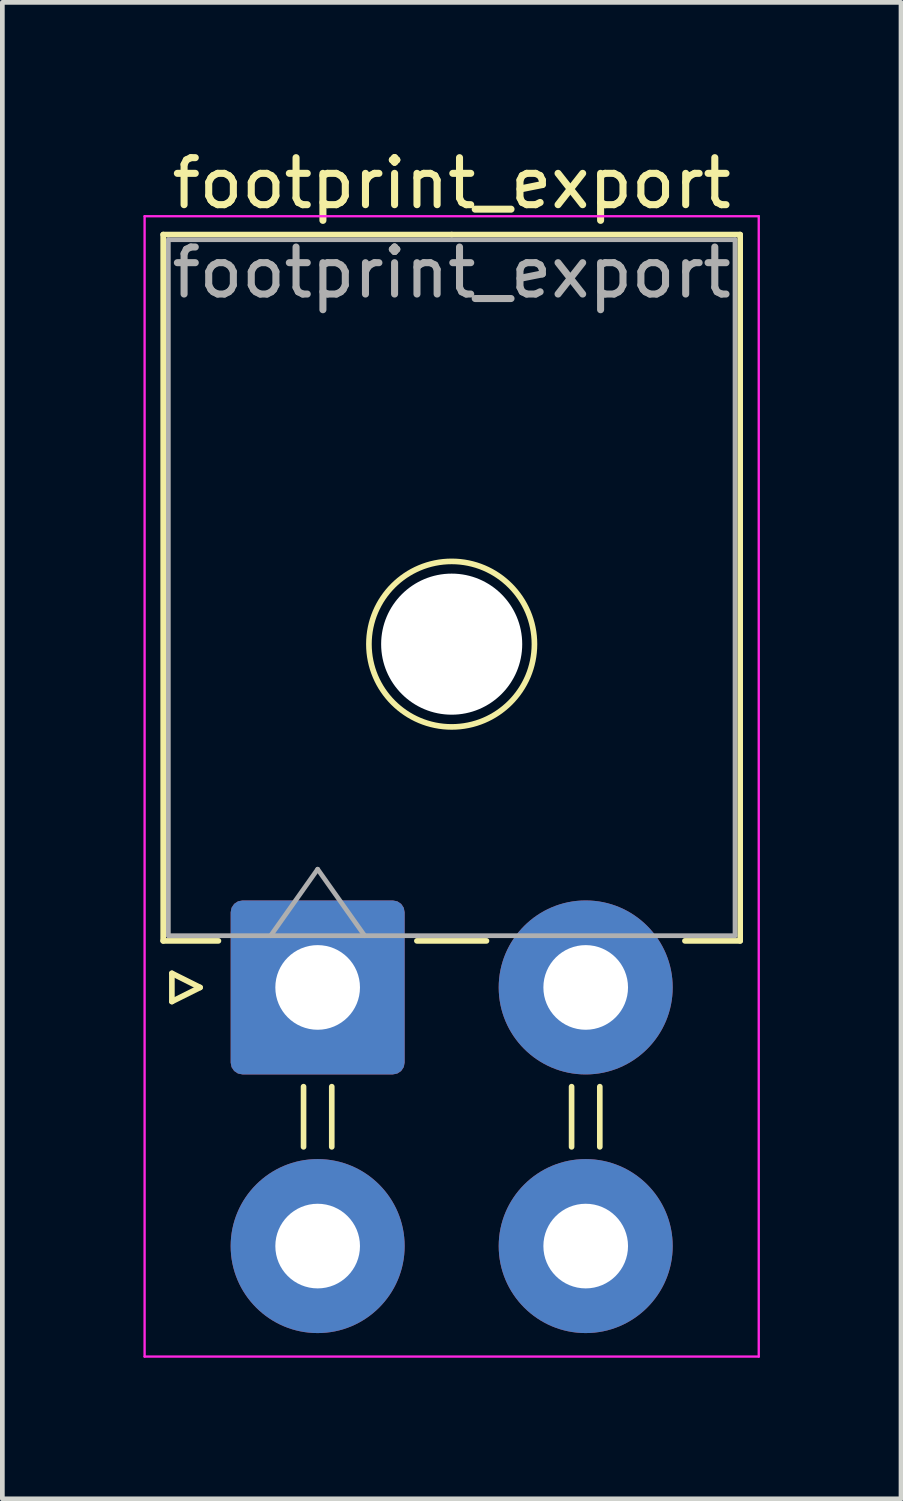
<source format=kicad_pcb>
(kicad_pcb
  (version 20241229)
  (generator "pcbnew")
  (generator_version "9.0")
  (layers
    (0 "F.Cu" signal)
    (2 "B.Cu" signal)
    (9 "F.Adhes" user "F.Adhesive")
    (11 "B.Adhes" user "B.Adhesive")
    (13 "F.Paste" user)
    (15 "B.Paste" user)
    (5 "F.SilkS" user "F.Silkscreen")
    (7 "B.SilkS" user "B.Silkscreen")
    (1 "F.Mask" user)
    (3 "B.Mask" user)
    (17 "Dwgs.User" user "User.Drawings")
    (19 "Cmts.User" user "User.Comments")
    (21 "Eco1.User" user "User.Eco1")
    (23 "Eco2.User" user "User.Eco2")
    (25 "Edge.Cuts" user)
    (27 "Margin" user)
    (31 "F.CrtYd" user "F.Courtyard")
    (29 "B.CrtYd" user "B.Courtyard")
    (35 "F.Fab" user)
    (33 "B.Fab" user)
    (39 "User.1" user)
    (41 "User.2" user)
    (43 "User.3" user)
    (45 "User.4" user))
  (footprint "footprint_export"
    (layer "F.Cu")
    (at 3.705 17.948)
    (property "Reference" "footprint_export" (at 2.85 -17.1 0) (layer "F.SilkS") (effects (font (size 1 1) (thickness 0.15))))
    (attr through_hole)
    (fp_line (start -3.285 -16.01) (end -3.285 -0.99) (stroke (width 0.12) (type solid)) (layer "F.SilkS"))
    (fp_line (start -3.285 -0.99) (end -2.11 -0.99) (stroke (width 0.12) (type solid)) (layer "F.SilkS"))
    (fp_line (start -3.1 -0.3) (end -2.5 0) (stroke (width 0.12) (type solid)) (layer "F.SilkS"))
    (fp_line (start -3.1 0.3) (end -3.1 -0.3) (stroke (width 0.12) (type solid)) (layer "F.SilkS"))
    (fp_line (start -2.5 0) (end -3.1 0.3) (stroke (width 0.12) (type solid)) (layer "F.SilkS"))
    (fp_line (start -0.3 2.11) (end -0.3 3.39) (stroke (width 0.12) (type solid)) (layer "F.SilkS"))
    (fp_line (start 0.3 2.11) (end 0.3 3.39) (stroke (width 0.12) (type solid)) (layer "F.SilkS"))
    (fp_line (start 2.11 -0.99) (end 3.59 -0.99) (stroke (width 0.12) (type solid)) (layer "F.SilkS"))
    (fp_line (start 2.85 -16.01) (end -3.285 -16.01) (stroke (width 0.12) (type solid)) (layer "F.SilkS"))
    (fp_line (start 2.85 -16.01) (end 8.985 -16.01) (stroke (width 0.12) (type solid)) (layer "F.SilkS"))
    (fp_line (start 5.4 2.11) (end 5.4 3.39) (stroke (width 0.12) (type solid)) (layer "F.SilkS"))
    (fp_line (start 6 2.11) (end 6 3.39) (stroke (width 0.12) (type solid)) (layer "F.SilkS"))
    (fp_line (start 8.985 -16.01) (end 8.985 -0.99) (stroke (width 0.12) (type solid)) (layer "F.SilkS"))
    (fp_line (start 8.985 -0.99) (end 7.81 -0.99) (stroke (width 0.12) (type solid)) (layer "F.SilkS"))
    (fp_circle (center 2.85 -7.3) (end 4.61 -7.3) (stroke (width 0.12) (type solid)) (fill no) (layer "F.SilkS"))
    (fp_line (start -3.68 -16.4) (end -3.68 7.85) (stroke (width 0.05) (type solid)) (layer "F.CrtYd"))
    (fp_line (start -3.68 7.85) (end 9.38 7.85) (stroke (width 0.05) (type solid)) (layer "F.CrtYd"))
    (fp_line (start 9.38 -16.4) (end -3.68 -16.4) (stroke (width 0.05) (type solid)) (layer "F.CrtYd"))
    (fp_line (start 9.38 7.85) (end 9.38 -16.4) (stroke (width 0.05) (type solid)) (layer "F.CrtYd"))
    (fp_line (start -3.175 -15.9) (end -3.175 -1.1) (stroke (width 0.1) (type solid)) (layer "F.Fab"))
    (fp_line (start -3.175 -1.1) (end 8.875 -1.1) (stroke (width 0.1) (type solid)) (layer "F.Fab"))
    (fp_line (start -1 -1.1) (end 0 -2.514) (stroke (width 0.1) (type solid)) (layer "F.Fab"))
    (fp_line (start 0 -2.514) (end 1 -1.1) (stroke (width 0.1) (type solid)) (layer "F.Fab"))
    (fp_line (start 8.875 -15.9) (end -3.175 -15.9) (stroke (width 0.1) (type solid)) (layer "F.Fab"))
    (fp_line (start 8.875 -1.1) (end 8.875 -15.9) (stroke (width 0.1) (type solid)) (layer "F.Fab"))
    (fp_text user "${REFERENCE}" (at 2.85 -15.2 0) (layer "F.Fab") (effects (font (size 1 1) (thickness 0.15))))
    (pad "" np_thru_hole circle (at 2.85 -7.3) (size 3 3) (drill 3) (layers "*.Cu" "*.Mask"))
    (pad "1" thru_hole roundrect (at 0 0) (size 3.7 3.7) (drill 1.8) (layers "*.Cu" "*.Mask") (roundrect_rratio 0.068))
    (pad "2" thru_hole circle (at 5.7 0) (size 3.7 3.7) (drill 1.8) (layers "*.Cu" "*.Mask"))
    (pad "3" thru_hole circle (at 0 5.5) (size 3.7 3.7) (drill 1.8) (layers "*.Cu" "*.Mask"))
    (pad "4" thru_hole circle (at 5.7 5.5) (size 3.7 3.7) (drill 1.8) (layers "*.Cu" "*.Mask")))
  (gr_rect
    (start -3 -3)
    (end 16.11 28.823)
    (stroke (width 0.1) (type default))
    (fill no)
    (layer "Edge.Cuts")))
</source>
